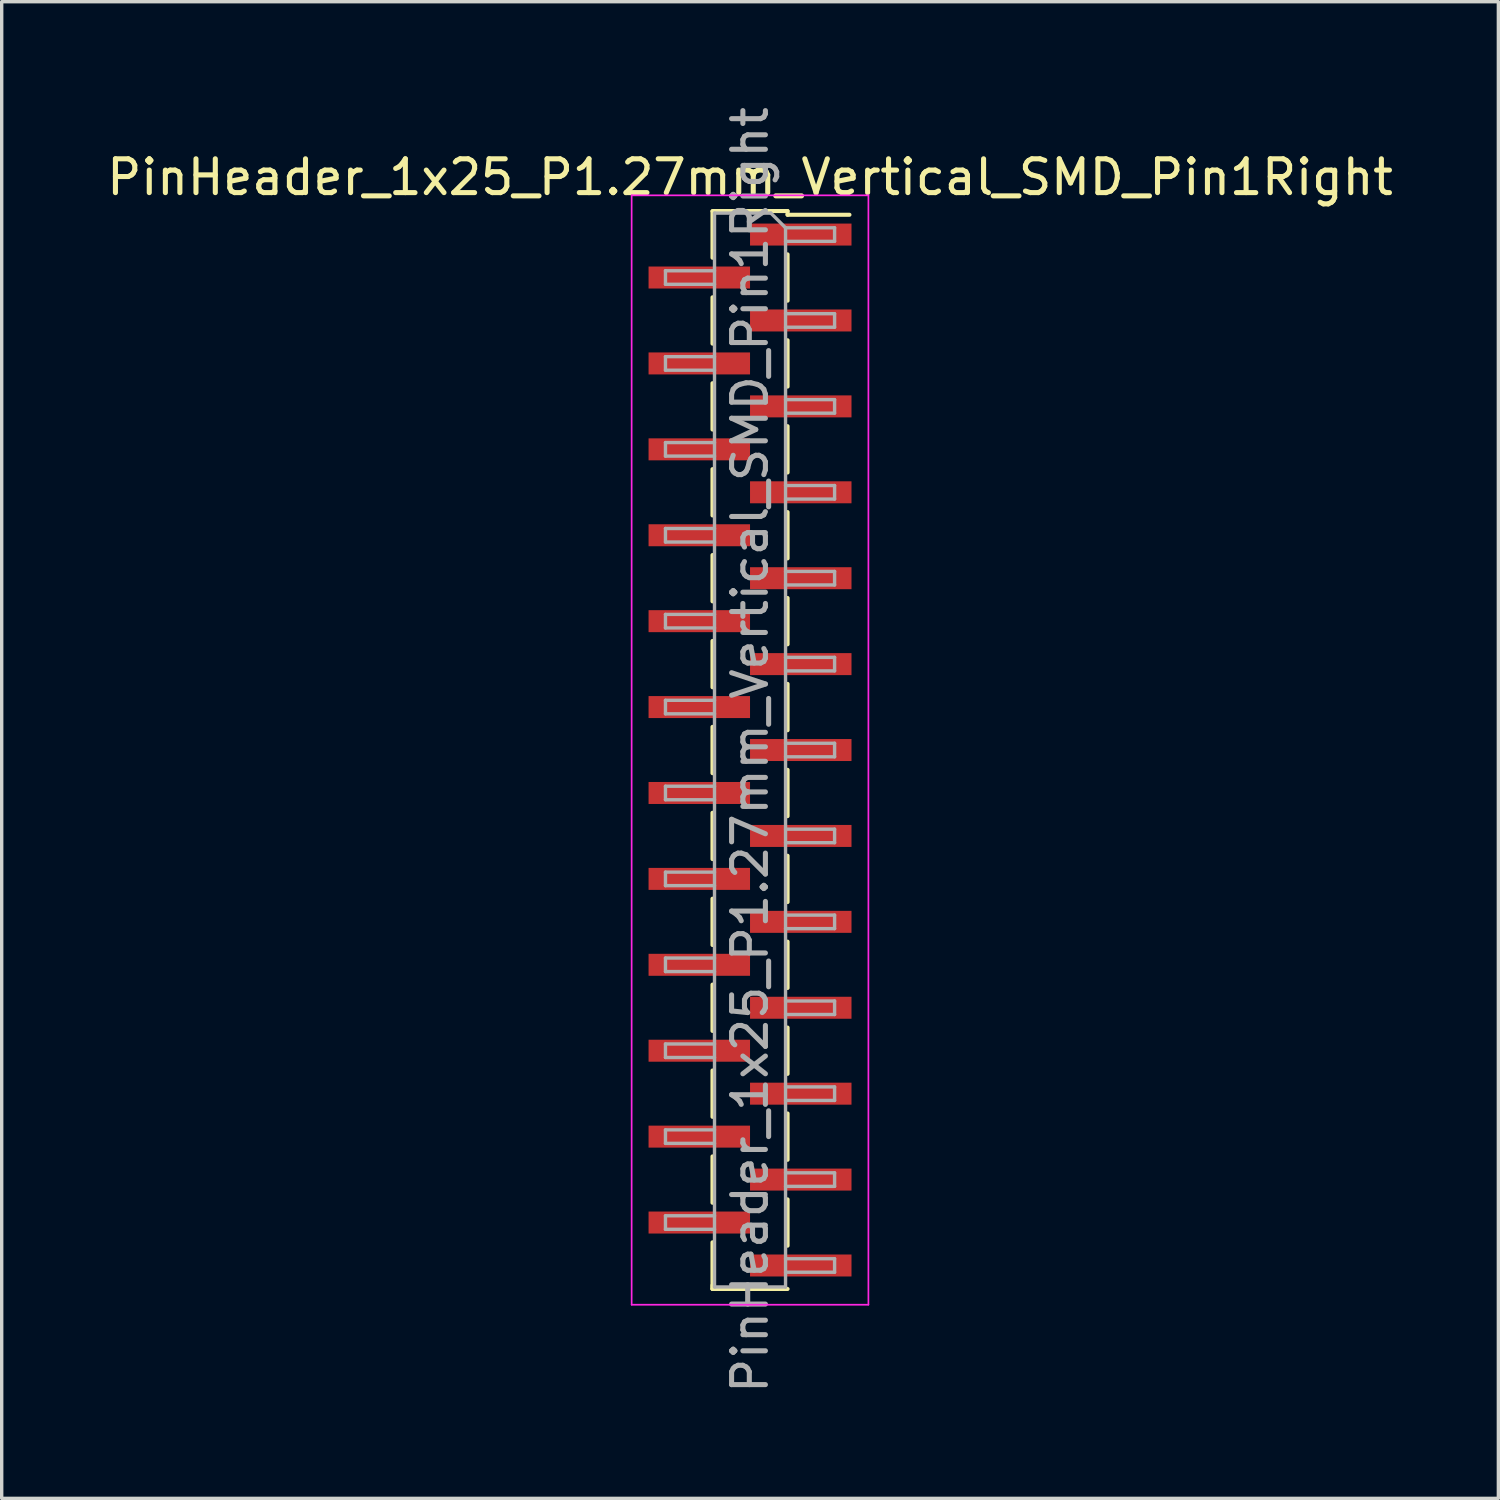
<source format=kicad_pcb>
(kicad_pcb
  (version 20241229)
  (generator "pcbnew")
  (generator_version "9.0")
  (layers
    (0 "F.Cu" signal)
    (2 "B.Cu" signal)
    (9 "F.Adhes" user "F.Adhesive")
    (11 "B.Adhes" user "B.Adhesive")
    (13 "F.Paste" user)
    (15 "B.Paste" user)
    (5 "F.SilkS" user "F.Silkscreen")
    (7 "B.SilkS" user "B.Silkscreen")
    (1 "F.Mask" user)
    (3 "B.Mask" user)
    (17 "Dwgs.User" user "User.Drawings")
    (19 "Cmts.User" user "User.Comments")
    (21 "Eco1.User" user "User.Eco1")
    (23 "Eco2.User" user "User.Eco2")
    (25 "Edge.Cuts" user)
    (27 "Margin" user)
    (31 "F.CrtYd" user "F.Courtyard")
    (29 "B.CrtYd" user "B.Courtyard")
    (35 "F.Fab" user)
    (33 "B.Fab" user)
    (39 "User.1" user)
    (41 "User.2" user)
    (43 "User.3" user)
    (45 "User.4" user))
  (footprint "PinHeader_1x25_P1.27mm_Vertical_SMD_Pin1Right"
    (layer "F.Cu")
    (at 19.125 19.125)
    (property "Reference" "PinHeader_1x25_P1.27mm_Vertical_SMD_Pin1Right" (at 0 -16.935 0) (layer "F.SilkS") (effects (font (size 1 1) (thickness 0.15))))
    (attr smd)
    (fp_line (start -1.11 -15.935) (end 1.11 -15.935) (stroke (width 0.12) (type solid)) (layer "F.SilkS"))
    (fp_line (start -1.11 -15.925) (end -1.11 -14.555) (stroke (width 0.12) (type solid)) (layer "F.SilkS"))
    (fp_line (start -1.11 -13.385) (end -1.11 -12.015) (stroke (width 0.12) (type solid)) (layer "F.SilkS"))
    (fp_line (start -1.11 -10.845) (end -1.11 -9.475) (stroke (width 0.12) (type solid)) (layer "F.SilkS"))
    (fp_line (start -1.11 -8.305) (end -1.11 -6.935) (stroke (width 0.12) (type solid)) (layer "F.SilkS"))
    (fp_line (start -1.11 -5.765) (end -1.11 -4.395) (stroke (width 0.12) (type solid)) (layer "F.SilkS"))
    (fp_line (start -1.11 -3.225) (end -1.11 -1.855) (stroke (width 0.12) (type solid)) (layer "F.SilkS"))
    (fp_line (start -1.11 -0.685) (end -1.11 0.685) (stroke (width 0.12) (type solid)) (layer "F.SilkS"))
    (fp_line (start -1.11 1.855) (end -1.11 3.225) (stroke (width 0.12) (type solid)) (layer "F.SilkS"))
    (fp_line (start -1.11 4.395) (end -1.11 5.765) (stroke (width 0.12) (type solid)) (layer "F.SilkS"))
    (fp_line (start -1.11 6.935) (end -1.11 8.305) (stroke (width 0.12) (type solid)) (layer "F.SilkS"))
    (fp_line (start -1.11 9.475) (end -1.11 10.845) (stroke (width 0.12) (type solid)) (layer "F.SilkS"))
    (fp_line (start -1.11 12.015) (end -1.11 13.385) (stroke (width 0.12) (type solid)) (layer "F.SilkS"))
    (fp_line (start -1.11 14.555) (end -1.11 15.925) (stroke (width 0.12) (type solid)) (layer "F.SilkS"))
    (fp_line (start -1.11 15.825) (end -1.11 15.935) (stroke (width 0.12) (type solid)) (layer "F.SilkS"))
    (fp_line (start -1.11 15.935) (end 1.11 15.935) (stroke (width 0.12) (type solid)) (layer "F.SilkS"))
    (fp_line (start 1.11 -15.935) (end 1.11 -15.825) (stroke (width 0.12) (type solid)) (layer "F.SilkS"))
    (fp_line (start 1.11 -15.825) (end 2.94 -15.825) (stroke (width 0.12) (type solid)) (layer "F.SilkS"))
    (fp_line (start 1.11 -14.655) (end 1.11 -13.285) (stroke (width 0.12) (type solid)) (layer "F.SilkS"))
    (fp_line (start 1.11 -12.115) (end 1.11 -10.745) (stroke (width 0.12) (type solid)) (layer "F.SilkS"))
    (fp_line (start 1.11 -9.575) (end 1.11 -8.205) (stroke (width 0.12) (type solid)) (layer "F.SilkS"))
    (fp_line (start 1.11 -7.035) (end 1.11 -5.665) (stroke (width 0.12) (type solid)) (layer "F.SilkS"))
    (fp_line (start 1.11 -4.495) (end 1.11 -3.125) (stroke (width 0.12) (type solid)) (layer "F.SilkS"))
    (fp_line (start 1.11 -1.955) (end 1.11 -0.585) (stroke (width 0.12) (type solid)) (layer "F.SilkS"))
    (fp_line (start 1.11 0.585) (end 1.11 1.955) (stroke (width 0.12) (type solid)) (layer "F.SilkS"))
    (fp_line (start 1.11 3.125) (end 1.11 4.495) (stroke (width 0.12) (type solid)) (layer "F.SilkS"))
    (fp_line (start 1.11 5.665) (end 1.11 7.035) (stroke (width 0.12) (type solid)) (layer "F.SilkS"))
    (fp_line (start 1.11 8.205) (end 1.11 9.575) (stroke (width 0.12) (type solid)) (layer "F.SilkS"))
    (fp_line (start 1.11 10.745) (end 1.11 12.115) (stroke (width 0.12) (type solid)) (layer "F.SilkS"))
    (fp_line (start 1.11 13.285) (end 1.11 14.655) (stroke (width 0.12) (type solid)) (layer "F.SilkS"))
    (fp_line (start -3.5 -16.4) (end -3.5 16.4) (stroke (width 0.05) (type solid)) (layer "F.CrtYd"))
    (fp_line (start -3.5 16.4) (end 3.5 16.4) (stroke (width 0.05) (type solid)) (layer "F.CrtYd"))
    (fp_line (start 3.5 -16.4) (end -3.5 -16.4) (stroke (width 0.05) (type solid)) (layer "F.CrtYd"))
    (fp_line (start 3.5 16.4) (end 3.5 -16.4) (stroke (width 0.05) (type solid)) (layer "F.CrtYd"))
    (fp_line (start -2.5 -14.17) (end -2.5 -13.77) (stroke (width 0.1) (type solid)) (layer "F.Fab"))
    (fp_line (start -2.5 -13.77) (end -1.05 -13.77) (stroke (width 0.1) (type solid)) (layer "F.Fab"))
    (fp_line (start -2.5 -11.63) (end -2.5 -11.23) (stroke (width 0.1) (type solid)) (layer "F.Fab"))
    (fp_line (start -2.5 -11.23) (end -1.05 -11.23) (stroke (width 0.1) (type solid)) (layer "F.Fab"))
    (fp_line (start -2.5 -9.09) (end -2.5 -8.69) (stroke (width 0.1) (type solid)) (layer "F.Fab"))
    (fp_line (start -2.5 -8.69) (end -1.05 -8.69) (stroke (width 0.1) (type solid)) (layer "F.Fab"))
    (fp_line (start -2.5 -6.55) (end -2.5 -6.15) (stroke (width 0.1) (type solid)) (layer "F.Fab"))
    (fp_line (start -2.5 -6.15) (end -1.05 -6.15) (stroke (width 0.1) (type solid)) (layer "F.Fab"))
    (fp_line (start -2.5 -4.01) (end -2.5 -3.61) (stroke (width 0.1) (type solid)) (layer "F.Fab"))
    (fp_line (start -2.5 -3.61) (end -1.05 -3.61) (stroke (width 0.1) (type solid)) (layer "F.Fab"))
    (fp_line (start -2.5 -1.47) (end -2.5 -1.07) (stroke (width 0.1) (type solid)) (layer "F.Fab"))
    (fp_line (start -2.5 -1.07) (end -1.05 -1.07) (stroke (width 0.1) (type solid)) (layer "F.Fab"))
    (fp_line (start -2.5 1.07) (end -2.5 1.47) (stroke (width 0.1) (type solid)) (layer "F.Fab"))
    (fp_line (start -2.5 1.47) (end -1.05 1.47) (stroke (width 0.1) (type solid)) (layer "F.Fab"))
    (fp_line (start -2.5 3.61) (end -2.5 4.01) (stroke (width 0.1) (type solid)) (layer "F.Fab"))
    (fp_line (start -2.5 4.01) (end -1.05 4.01) (stroke (width 0.1) (type solid)) (layer "F.Fab"))
    (fp_line (start -2.5 6.15) (end -2.5 6.55) (stroke (width 0.1) (type solid)) (layer "F.Fab"))
    (fp_line (start -2.5 6.55) (end -1.05 6.55) (stroke (width 0.1) (type solid)) (layer "F.Fab"))
    (fp_line (start -2.5 8.69) (end -2.5 9.09) (stroke (width 0.1) (type solid)) (layer "F.Fab"))
    (fp_line (start -2.5 9.09) (end -1.05 9.09) (stroke (width 0.1) (type solid)) (layer "F.Fab"))
    (fp_line (start -2.5 11.23) (end -2.5 11.63) (stroke (width 0.1) (type solid)) (layer "F.Fab"))
    (fp_line (start -2.5 11.63) (end -1.05 11.63) (stroke (width 0.1) (type solid)) (layer "F.Fab"))
    (fp_line (start -2.5 13.77) (end -2.5 14.17) (stroke (width 0.1) (type solid)) (layer "F.Fab"))
    (fp_line (start -2.5 14.17) (end -1.05 14.17) (stroke (width 0.1) (type solid)) (layer "F.Fab"))
    (fp_line (start -1.05 -15.875) (end -1.05 15.875) (stroke (width 0.1) (type solid)) (layer "F.Fab"))
    (fp_line (start -1.05 -15.875) (end 0.615 -15.875) (stroke (width 0.1) (type solid)) (layer "F.Fab"))
    (fp_line (start -1.05 -14.17) (end -2.5 -14.17) (stroke (width 0.1) (type solid)) (layer "F.Fab"))
    (fp_line (start -1.05 -11.63) (end -2.5 -11.63) (stroke (width 0.1) (type solid)) (layer "F.Fab"))
    (fp_line (start -1.05 -9.09) (end -2.5 -9.09) (stroke (width 0.1) (type solid)) (layer "F.Fab"))
    (fp_line (start -1.05 -6.55) (end -2.5 -6.55) (stroke (width 0.1) (type solid)) (layer "F.Fab"))
    (fp_line (start -1.05 -4.01) (end -2.5 -4.01) (stroke (width 0.1) (type solid)) (layer "F.Fab"))
    (fp_line (start -1.05 -1.47) (end -2.5 -1.47) (stroke (width 0.1) (type solid)) (layer "F.Fab"))
    (fp_line (start -1.05 1.07) (end -2.5 1.07) (stroke (width 0.1) (type solid)) (layer "F.Fab"))
    (fp_line (start -1.05 3.61) (end -2.5 3.61) (stroke (width 0.1) (type solid)) (layer "F.Fab"))
    (fp_line (start -1.05 6.15) (end -2.5 6.15) (stroke (width 0.1) (type solid)) (layer "F.Fab"))
    (fp_line (start -1.05 8.69) (end -2.5 8.69) (stroke (width 0.1) (type solid)) (layer "F.Fab"))
    (fp_line (start -1.05 11.23) (end -2.5 11.23) (stroke (width 0.1) (type solid)) (layer "F.Fab"))
    (fp_line (start -1.05 13.77) (end -2.5 13.77) (stroke (width 0.1) (type solid)) (layer "F.Fab"))
    (fp_line (start 1.05 -15.44) (end 0.615 -15.875) (stroke (width 0.1) (type solid)) (layer "F.Fab"))
    (fp_line (start 1.05 -15.44) (end 2.5 -15.44) (stroke (width 0.1) (type solid)) (layer "F.Fab"))
    (fp_line (start 1.05 -12.9) (end 2.5 -12.9) (stroke (width 0.1) (type solid)) (layer "F.Fab"))
    (fp_line (start 1.05 -10.36) (end 2.5 -10.36) (stroke (width 0.1) (type solid)) (layer "F.Fab"))
    (fp_line (start 1.05 -7.82) (end 2.5 -7.82) (stroke (width 0.1) (type solid)) (layer "F.Fab"))
    (fp_line (start 1.05 -5.28) (end 2.5 -5.28) (stroke (width 0.1) (type solid)) (layer "F.Fab"))
    (fp_line (start 1.05 -2.74) (end 2.5 -2.74) (stroke (width 0.1) (type solid)) (layer "F.Fab"))
    (fp_line (start 1.05 -0.2) (end 2.5 -0.2) (stroke (width 0.1) (type solid)) (layer "F.Fab"))
    (fp_line (start 1.05 2.34) (end 2.5 2.34) (stroke (width 0.1) (type solid)) (layer "F.Fab"))
    (fp_line (start 1.05 4.88) (end 2.5 4.88) (stroke (width 0.1) (type solid)) (layer "F.Fab"))
    (fp_line (start 1.05 7.42) (end 2.5 7.42) (stroke (width 0.1) (type solid)) (layer "F.Fab"))
    (fp_line (start 1.05 9.96) (end 2.5 9.96) (stroke (width 0.1) (type solid)) (layer "F.Fab"))
    (fp_line (start 1.05 12.5) (end 2.5 12.5) (stroke (width 0.1) (type solid)) (layer "F.Fab"))
    (fp_line (start 1.05 15.04) (end 2.5 15.04) (stroke (width 0.1) (type solid)) (layer "F.Fab"))
    (fp_line (start 1.05 15.875) (end -1.05 15.875) (stroke (width 0.1) (type solid)) (layer "F.Fab"))
    (fp_line (start 1.05 15.875) (end 1.05 -15.44) (stroke (width 0.1) (type solid)) (layer "F.Fab"))
    (fp_line (start 2.5 -15.44) (end 2.5 -15.04) (stroke (width 0.1) (type solid)) (layer "F.Fab"))
    (fp_line (start 2.5 -15.04) (end 1.05 -15.04) (stroke (width 0.1) (type solid)) (layer "F.Fab"))
    (fp_line (start 2.5 -12.9) (end 2.5 -12.5) (stroke (width 0.1) (type solid)) (layer "F.Fab"))
    (fp_line (start 2.5 -12.5) (end 1.05 -12.5) (stroke (width 0.1) (type solid)) (layer "F.Fab"))
    (fp_line (start 2.5 -10.36) (end 2.5 -9.96) (stroke (width 0.1) (type solid)) (layer "F.Fab"))
    (fp_line (start 2.5 -9.96) (end 1.05 -9.96) (stroke (width 0.1) (type solid)) (layer "F.Fab"))
    (fp_line (start 2.5 -7.82) (end 2.5 -7.42) (stroke (width 0.1) (type solid)) (layer "F.Fab"))
    (fp_line (start 2.5 -7.42) (end 1.05 -7.42) (stroke (width 0.1) (type solid)) (layer "F.Fab"))
    (fp_line (start 2.5 -5.28) (end 2.5 -4.88) (stroke (width 0.1) (type solid)) (layer "F.Fab"))
    (fp_line (start 2.5 -4.88) (end 1.05 -4.88) (stroke (width 0.1) (type solid)) (layer "F.Fab"))
    (fp_line (start 2.5 -2.74) (end 2.5 -2.34) (stroke (width 0.1) (type solid)) (layer "F.Fab"))
    (fp_line (start 2.5 -2.34) (end 1.05 -2.34) (stroke (width 0.1) (type solid)) (layer "F.Fab"))
    (fp_line (start 2.5 -0.2) (end 2.5 0.2) (stroke (width 0.1) (type solid)) (layer "F.Fab"))
    (fp_line (start 2.5 0.2) (end 1.05 0.2) (stroke (width 0.1) (type solid)) (layer "F.Fab"))
    (fp_line (start 2.5 2.34) (end 2.5 2.74) (stroke (width 0.1) (type solid)) (layer "F.Fab"))
    (fp_line (start 2.5 2.74) (end 1.05 2.74) (stroke (width 0.1) (type solid)) (layer "F.Fab"))
    (fp_line (start 2.5 4.88) (end 2.5 5.28) (stroke (width 0.1) (type solid)) (layer "F.Fab"))
    (fp_line (start 2.5 5.28) (end 1.05 5.28) (stroke (width 0.1) (type solid)) (layer "F.Fab"))
    (fp_line (start 2.5 7.42) (end 2.5 7.82) (stroke (width 0.1) (type solid)) (layer "F.Fab"))
    (fp_line (start 2.5 7.82) (end 1.05 7.82) (stroke (width 0.1) (type solid)) (layer "F.Fab"))
    (fp_line (start 2.5 9.96) (end 2.5 10.36) (stroke (width 0.1) (type solid)) (layer "F.Fab"))
    (fp_line (start 2.5 10.36) (end 1.05 10.36) (stroke (width 0.1) (type solid)) (layer "F.Fab"))
    (fp_line (start 2.5 12.5) (end 2.5 12.9) (stroke (width 0.1) (type solid)) (layer "F.Fab"))
    (fp_line (start 2.5 12.9) (end 1.05 12.9) (stroke (width 0.1) (type solid)) (layer "F.Fab"))
    (fp_line (start 2.5 15.04) (end 2.5 15.44) (stroke (width 0.1) (type solid)) (layer "F.Fab"))
    (fp_line (start 2.5 15.44) (end 1.05 15.44) (stroke (width 0.1) (type solid)) (layer "F.Fab"))
    (fp_text user "${REFERENCE}" (at 0 0 90) (layer "F.Fab") (effects (font (size 1 1) (thickness 0.15))))
    (pad "1" smd rect (at 1.5 -15.24) (size 3 0.65) (layers "F.Cu" "F.Mask" "F.Paste"))
    (pad "2" smd rect (at -1.5 -13.97) (size 3 0.65) (layers "F.Cu" "F.Mask" "F.Paste"))
    (pad "3" smd rect (at 1.5 -12.7) (size 3 0.65) (layers "F.Cu" "F.Mask" "F.Paste"))
    (pad "4" smd rect (at -1.5 -11.43) (size 3 0.65) (layers "F.Cu" "F.Mask" "F.Paste"))
    (pad "5" smd rect (at 1.5 -10.16) (size 3 0.65) (layers "F.Cu" "F.Mask" "F.Paste"))
    (pad "6" smd rect (at -1.5 -8.89) (size 3 0.65) (layers "F.Cu" "F.Mask" "F.Paste"))
    (pad "7" smd rect (at 1.5 -7.62) (size 3 0.65) (layers "F.Cu" "F.Mask" "F.Paste"))
    (pad "8" smd rect (at -1.5 -6.35) (size 3 0.65) (layers "F.Cu" "F.Mask" "F.Paste"))
    (pad "9" smd rect (at 1.5 -5.08) (size 3 0.65) (layers "F.Cu" "F.Mask" "F.Paste"))
    (pad "10" smd rect (at -1.5 -3.81) (size 3 0.65) (layers "F.Cu" "F.Mask" "F.Paste"))
    (pad "11" smd rect (at 1.5 -2.54) (size 3 0.65) (layers "F.Cu" "F.Mask" "F.Paste"))
    (pad "12" smd rect (at -1.5 -1.27) (size 3 0.65) (layers "F.Cu" "F.Mask" "F.Paste"))
    (pad "13" smd rect (at 1.5 0) (size 3 0.65) (layers "F.Cu" "F.Mask" "F.Paste"))
    (pad "14" smd rect (at -1.5 1.27) (size 3 0.65) (layers "F.Cu" "F.Mask" "F.Paste"))
    (pad "15" smd rect (at 1.5 2.54) (size 3 0.65) (layers "F.Cu" "F.Mask" "F.Paste"))
    (pad "16" smd rect (at -1.5 3.81) (size 3 0.65) (layers "F.Cu" "F.Mask" "F.Paste"))
    (pad "17" smd rect (at 1.5 5.08) (size 3 0.65) (layers "F.Cu" "F.Mask" "F.Paste"))
    (pad "18" smd rect (at -1.5 6.35) (size 3 0.65) (layers "F.Cu" "F.Mask" "F.Paste"))
    (pad "19" smd rect (at 1.5 7.62) (size 3 0.65) (layers "F.Cu" "F.Mask" "F.Paste"))
    (pad "20" smd rect (at -1.5 8.89) (size 3 0.65) (layers "F.Cu" "F.Mask" "F.Paste"))
    (pad "21" smd rect (at 1.5 10.16) (size 3 0.65) (layers "F.Cu" "F.Mask" "F.Paste"))
    (pad "22" smd rect (at -1.5 11.43) (size 3 0.65) (layers "F.Cu" "F.Mask" "F.Paste"))
    (pad "23" smd rect (at 1.5 12.7) (size 3 0.65) (layers "F.Cu" "F.Mask" "F.Paste"))
    (pad "24" smd rect (at -1.5 13.97) (size 3 0.65) (layers "F.Cu" "F.Mask" "F.Paste"))
    (pad "25" smd rect (at 1.5 15.24) (size 3 0.65) (layers "F.Cu" "F.Mask" "F.Paste")))
  (gr_rect
    (start -3 -3)
    (end 41.25 41.25)
    (stroke (width 0.1) (type default))
    (fill no)
    (layer "Edge.Cuts")))
</source>
